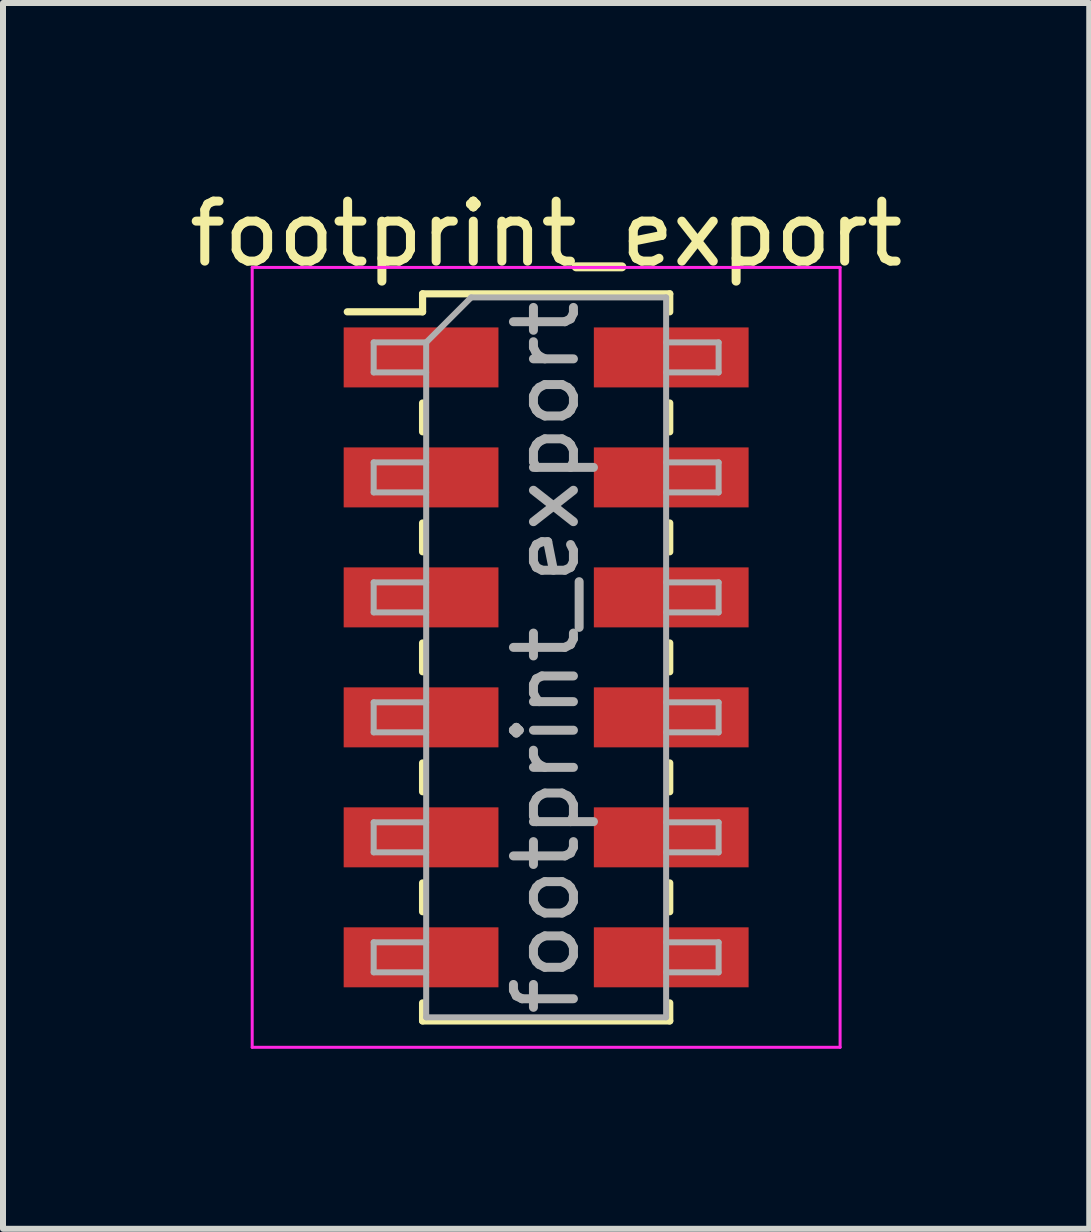
<source format=kicad_pcb>
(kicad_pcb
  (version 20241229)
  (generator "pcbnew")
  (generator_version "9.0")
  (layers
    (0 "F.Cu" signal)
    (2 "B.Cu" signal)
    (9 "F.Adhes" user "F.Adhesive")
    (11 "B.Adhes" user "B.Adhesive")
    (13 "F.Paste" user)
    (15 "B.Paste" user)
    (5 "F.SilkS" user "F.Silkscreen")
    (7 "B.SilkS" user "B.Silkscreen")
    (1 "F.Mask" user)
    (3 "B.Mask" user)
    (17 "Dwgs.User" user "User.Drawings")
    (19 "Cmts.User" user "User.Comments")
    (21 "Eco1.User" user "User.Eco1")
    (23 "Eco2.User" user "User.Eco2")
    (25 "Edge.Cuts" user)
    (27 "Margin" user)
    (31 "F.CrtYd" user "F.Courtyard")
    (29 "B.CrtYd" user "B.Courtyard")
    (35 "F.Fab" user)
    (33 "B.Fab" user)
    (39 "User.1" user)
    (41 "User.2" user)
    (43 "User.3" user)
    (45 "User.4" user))
  (footprint "footprint_export"
    (layer "F.Cu")
    (at 6.054 7.908)
    (property "Reference" "footprint_export" (at 0 -7.06 0) (layer "F.SilkS") (effects (font (size 1 1) (thickness 0.15))))
    (attr smd)
    (fp_line (start -3.315 -5.76) (end -2.06 -5.76) (stroke (width 0.12) (type solid)) (layer "F.SilkS"))
    (fp_line (start -2.06 -6.06) (end -2.06 -5.76) (stroke (width 0.12) (type solid)) (layer "F.SilkS"))
    (fp_line (start -2.06 -6.06) (end 2.06 -6.06) (stroke (width 0.12) (type solid)) (layer "F.SilkS"))
    (fp_line (start -2.06 -4.24) (end -2.06 -3.76) (stroke (width 0.12) (type solid)) (layer "F.SilkS"))
    (fp_line (start -2.06 -2.24) (end -2.06 -1.76) (stroke (width 0.12) (type solid)) (layer "F.SilkS"))
    (fp_line (start -2.06 -0.24) (end -2.06 0.24) (stroke (width 0.12) (type solid)) (layer "F.SilkS"))
    (fp_line (start -2.06 1.76) (end -2.06 2.24) (stroke (width 0.12) (type solid)) (layer "F.SilkS"))
    (fp_line (start -2.06 3.76) (end -2.06 4.24) (stroke (width 0.12) (type solid)) (layer "F.SilkS"))
    (fp_line (start -2.06 5.76) (end -2.06 6.06) (stroke (width 0.12) (type solid)) (layer "F.SilkS"))
    (fp_line (start -2.06 6.06) (end 2.06 6.06) (stroke (width 0.12) (type solid)) (layer "F.SilkS"))
    (fp_line (start 2.06 -6.06) (end 2.06 -5.76) (stroke (width 0.12) (type solid)) (layer "F.SilkS"))
    (fp_line (start 2.06 -4.24) (end 2.06 -3.76) (stroke (width 0.12) (type solid)) (layer "F.SilkS"))
    (fp_line (start 2.06 -2.24) (end 2.06 -1.76) (stroke (width 0.12) (type solid)) (layer "F.SilkS"))
    (fp_line (start 2.06 -0.24) (end 2.06 0.24) (stroke (width 0.12) (type solid)) (layer "F.SilkS"))
    (fp_line (start 2.06 1.76) (end 2.06 2.24) (stroke (width 0.12) (type solid)) (layer "F.SilkS"))
    (fp_line (start 2.06 3.76) (end 2.06 4.24) (stroke (width 0.12) (type solid)) (layer "F.SilkS"))
    (fp_line (start 2.06 5.76) (end 2.06 6.06) (stroke (width 0.12) (type solid)) (layer "F.SilkS"))
    (fp_line (start -4.9 -6.5) (end -4.9 6.5) (stroke (width 0.05) (type solid)) (layer "F.CrtYd"))
    (fp_line (start -4.9 6.5) (end 4.9 6.5) (stroke (width 0.05) (type solid)) (layer "F.CrtYd"))
    (fp_line (start 4.9 -6.5) (end -4.9 -6.5) (stroke (width 0.05) (type solid)) (layer "F.CrtYd"))
    (fp_line (start 4.9 6.5) (end 4.9 -6.5) (stroke (width 0.05) (type solid)) (layer "F.CrtYd"))
    (fp_line (start -2.875 -5.25) (end -2.875 -4.75) (stroke (width 0.1) (type solid)) (layer "F.Fab"))
    (fp_line (start -2.875 -4.75) (end -2 -4.75) (stroke (width 0.1) (type solid)) (layer "F.Fab"))
    (fp_line (start -2.875 -3.25) (end -2.875 -2.75) (stroke (width 0.1) (type solid)) (layer "F.Fab"))
    (fp_line (start -2.875 -2.75) (end -2 -2.75) (stroke (width 0.1) (type solid)) (layer "F.Fab"))
    (fp_line (start -2.875 -1.25) (end -2.875 -0.75) (stroke (width 0.1) (type solid)) (layer "F.Fab"))
    (fp_line (start -2.875 -0.75) (end -2 -0.75) (stroke (width 0.1) (type solid)) (layer "F.Fab"))
    (fp_line (start -2.875 0.75) (end -2.875 1.25) (stroke (width 0.1) (type solid)) (layer "F.Fab"))
    (fp_line (start -2.875 1.25) (end -2 1.25) (stroke (width 0.1) (type solid)) (layer "F.Fab"))
    (fp_line (start -2.875 2.75) (end -2.875 3.25) (stroke (width 0.1) (type solid)) (layer "F.Fab"))
    (fp_line (start -2.875 3.25) (end -2 3.25) (stroke (width 0.1) (type solid)) (layer "F.Fab"))
    (fp_line (start -2.875 4.75) (end -2.875 5.25) (stroke (width 0.1) (type solid)) (layer "F.Fab"))
    (fp_line (start -2.875 5.25) (end -2 5.25) (stroke (width 0.1) (type solid)) (layer "F.Fab"))
    (fp_line (start -2 -5.25) (end -2.875 -5.25) (stroke (width 0.1) (type solid)) (layer "F.Fab"))
    (fp_line (start -2 -5.25) (end -1.25 -6) (stroke (width 0.1) (type solid)) (layer "F.Fab"))
    (fp_line (start -2 -3.25) (end -2.875 -3.25) (stroke (width 0.1) (type solid)) (layer "F.Fab"))
    (fp_line (start -2 -1.25) (end -2.875 -1.25) (stroke (width 0.1) (type solid)) (layer "F.Fab"))
    (fp_line (start -2 0.75) (end -2.875 0.75) (stroke (width 0.1) (type solid)) (layer "F.Fab"))
    (fp_line (start -2 2.75) (end -2.875 2.75) (stroke (width 0.1) (type solid)) (layer "F.Fab"))
    (fp_line (start -2 4.75) (end -2.875 4.75) (stroke (width 0.1) (type solid)) (layer "F.Fab"))
    (fp_line (start -2 6) (end -2 -5.25) (stroke (width 0.1) (type solid)) (layer "F.Fab"))
    (fp_line (start -1.25 -6) (end 2 -6) (stroke (width 0.1) (type solid)) (layer "F.Fab"))
    (fp_line (start 2 -6) (end 2 6) (stroke (width 0.1) (type solid)) (layer "F.Fab"))
    (fp_line (start 2 -5.25) (end 2.875 -5.25) (stroke (width 0.1) (type solid)) (layer "F.Fab"))
    (fp_line (start 2 -3.25) (end 2.875 -3.25) (stroke (width 0.1) (type solid)) (layer "F.Fab"))
    (fp_line (start 2 -1.25) (end 2.875 -1.25) (stroke (width 0.1) (type solid)) (layer "F.Fab"))
    (fp_line (start 2 0.75) (end 2.875 0.75) (stroke (width 0.1) (type solid)) (layer "F.Fab"))
    (fp_line (start 2 2.75) (end 2.875 2.75) (stroke (width 0.1) (type solid)) (layer "F.Fab"))
    (fp_line (start 2 4.75) (end 2.875 4.75) (stroke (width 0.1) (type solid)) (layer "F.Fab"))
    (fp_line (start 2 6) (end -2 6) (stroke (width 0.1) (type solid)) (layer "F.Fab"))
    (fp_line (start 2.875 -5.25) (end 2.875 -4.75) (stroke (width 0.1) (type solid)) (layer "F.Fab"))
    (fp_line (start 2.875 -4.75) (end 2 -4.75) (stroke (width 0.1) (type solid)) (layer "F.Fab"))
    (fp_line (start 2.875 -3.25) (end 2.875 -2.75) (stroke (width 0.1) (type solid)) (layer "F.Fab"))
    (fp_line (start 2.875 -2.75) (end 2 -2.75) (stroke (width 0.1) (type solid)) (layer "F.Fab"))
    (fp_line (start 2.875 -1.25) (end 2.875 -0.75) (stroke (width 0.1) (type solid)) (layer "F.Fab"))
    (fp_line (start 2.875 -0.75) (end 2 -0.75) (stroke (width 0.1) (type solid)) (layer "F.Fab"))
    (fp_line (start 2.875 0.75) (end 2.875 1.25) (stroke (width 0.1) (type solid)) (layer "F.Fab"))
    (fp_line (start 2.875 1.25) (end 2 1.25) (stroke (width 0.1) (type solid)) (layer "F.Fab"))
    (fp_line (start 2.875 2.75) (end 2.875 3.25) (stroke (width 0.1) (type solid)) (layer "F.Fab"))
    (fp_line (start 2.875 3.25) (end 2 3.25) (stroke (width 0.1) (type solid)) (layer "F.Fab"))
    (fp_line (start 2.875 4.75) (end 2.875 5.25) (stroke (width 0.1) (type solid)) (layer "F.Fab"))
    (fp_line (start 2.875 5.25) (end 2 5.25) (stroke (width 0.1) (type solid)) (layer "F.Fab"))
    (fp_text user "${REFERENCE}" (at 0 0 90) (layer "F.Fab") (effects (font (size 1 1) (thickness 0.15))))
    (pad "1" smd rect (at -2.085 -5) (size 2.58 1) (layers "F.Cu" "F.Mask" "F.Paste"))
    (pad "2" smd rect (at 2.085 -5) (size 2.58 1) (layers "F.Cu" "F.Mask" "F.Paste"))
    (pad "3" smd rect (at -2.085 -3) (size 2.58 1) (layers "F.Cu" "F.Mask" "F.Paste"))
    (pad "4" smd rect (at 2.085 -3) (size 2.58 1) (layers "F.Cu" "F.Mask" "F.Paste"))
    (pad "5" smd rect (at -2.085 -1) (size 2.58 1) (layers "F.Cu" "F.Mask" "F.Paste"))
    (pad "6" smd rect (at 2.085 -1) (size 2.58 1) (layers "F.Cu" "F.Mask" "F.Paste"))
    (pad "7" smd rect (at -2.085 1) (size 2.58 1) (layers "F.Cu" "F.Mask" "F.Paste"))
    (pad "8" smd rect (at 2.085 1) (size 2.58 1) (layers "F.Cu" "F.Mask" "F.Paste"))
    (pad "9" smd rect (at -2.085 3) (size 2.58 1) (layers "F.Cu" "F.Mask" "F.Paste"))
    (pad "10" smd rect (at 2.085 3) (size 2.58 1) (layers "F.Cu" "F.Mask" "F.Paste"))
    (pad "11" smd rect (at -2.085 5) (size 2.58 1) (layers "F.Cu" "F.Mask" "F.Paste"))
    (pad "12" smd rect (at 2.085 5) (size 2.58 1) (layers "F.Cu" "F.Mask" "F.Paste")))
  (gr_rect
    (start -3 -3)
    (end 15.107 17.433)
    (stroke (width 0.1) (type default))
    (fill no)
    (layer "Edge.Cuts")))
</source>
